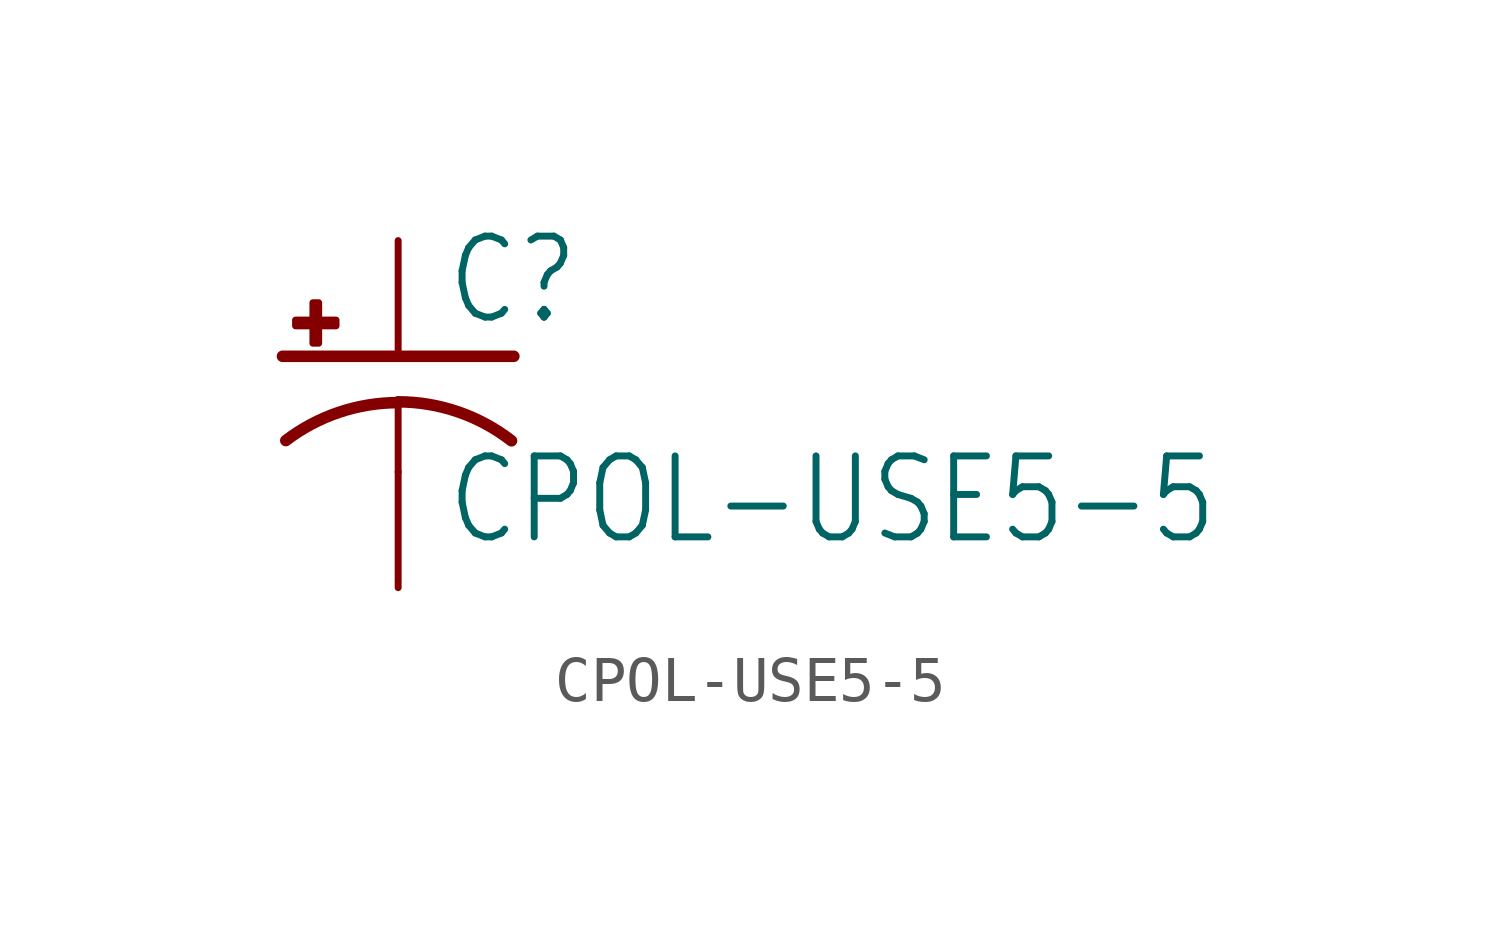
<source format=kicad_sym>
(kicad_symbol_lib
  (version 20211014)
  (generator kicad_symbol_editor)
  (symbol "CPOL-USE5-5"
    (property "Reference" "C"
      (at 1.016 0.635 0)
      (effects (font (size 1.778 1.511)) (justify left bottom)))
    (property "Value" "CPOL-USE5-5"
      (at 1.016 -4.191 0)
      (effects (font (size 1.778 1.511)) (justify left bottom)))
    (property "ki_locked" ""
      (at 0 0 0)
      (effects (font (size 1.27 1.27))))
    (symbol "CPOL-USE5-5_1_0"
      (rectangle (start -2.253 0.668) (end -1.364 0.795) (stroke (width 0) (type default) (color 0 0 0 0)) (fill (type outline)))
      (rectangle (start -1.872 0.287) (end -1.745 1.176) (stroke (width 0) (type default) (color 0 0 0 0)) (fill (type outline)))
      (arc (start 0 -1.0161) (mid -1.3021 -1.2302) (end -2.4669 -1.8504) (stroke (width 0.254) (type default) (color 0 0 0 0)) (fill (type none)))
      (polyline (pts (xy -2.54 0) (xy 2.54 0)) (stroke (width 0.254) (type default) (color 0 0 0 0)) (fill (type none)))
      (polyline (pts (xy 0 -1.016) (xy 0 -2.54)) (stroke (width 0.152) (type default) (color 0 0 0 0)) (fill (type none)))
      (arc (start 2.4892 -1.8542) (mid 1.3158 -1.2195) (end 0 -1) (stroke (width 0.254) (type default) (color 0 0 0 0)) (fill (type none)))
      (pin passive line (at 0 2.54 270) (length 2.54) (name "+" (effects (font (size 0 0)))) (number "+" (effects (font (size 0 0)))))
      (pin passive line (at 0 -5.08 90) (length 2.54) (name "-" (effects (font (size 0 0)))) (number "-" (effects (font (size 0 0))))))))
</source>
